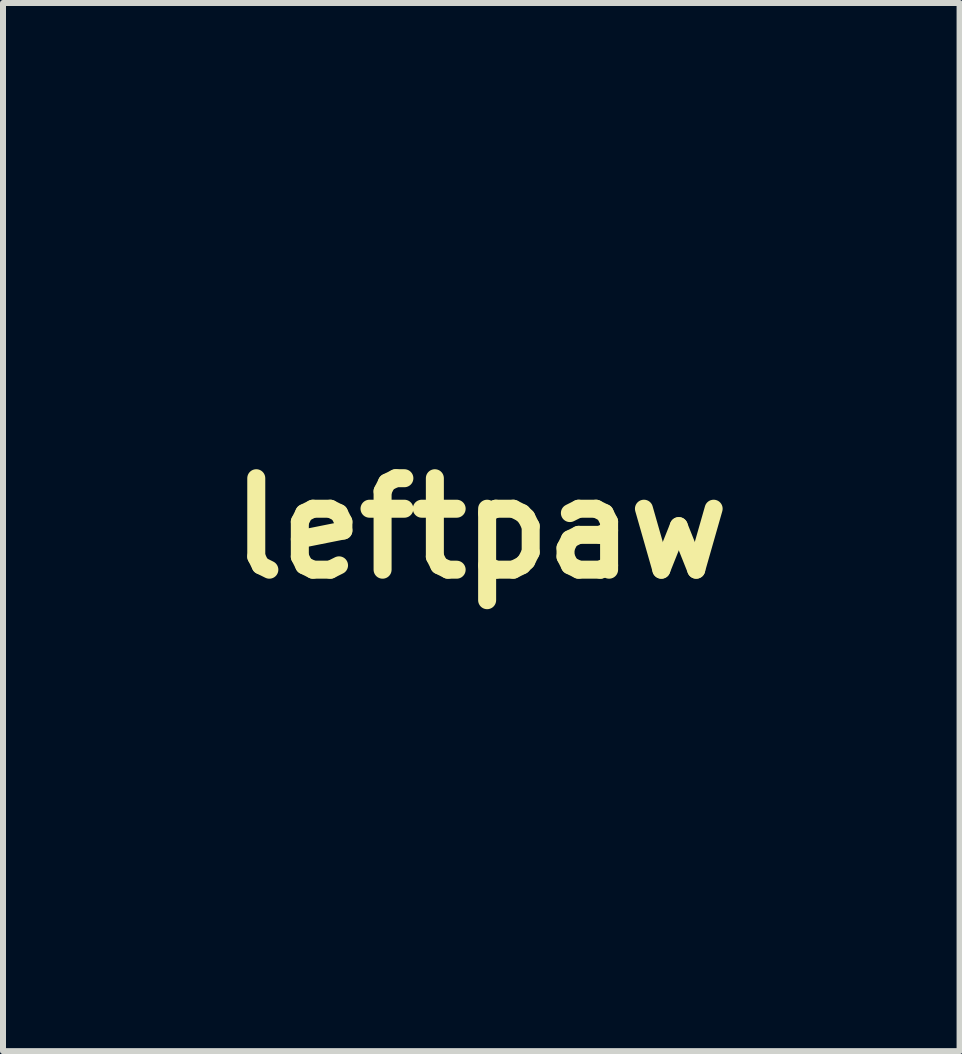
<source format=kicad_pcb>
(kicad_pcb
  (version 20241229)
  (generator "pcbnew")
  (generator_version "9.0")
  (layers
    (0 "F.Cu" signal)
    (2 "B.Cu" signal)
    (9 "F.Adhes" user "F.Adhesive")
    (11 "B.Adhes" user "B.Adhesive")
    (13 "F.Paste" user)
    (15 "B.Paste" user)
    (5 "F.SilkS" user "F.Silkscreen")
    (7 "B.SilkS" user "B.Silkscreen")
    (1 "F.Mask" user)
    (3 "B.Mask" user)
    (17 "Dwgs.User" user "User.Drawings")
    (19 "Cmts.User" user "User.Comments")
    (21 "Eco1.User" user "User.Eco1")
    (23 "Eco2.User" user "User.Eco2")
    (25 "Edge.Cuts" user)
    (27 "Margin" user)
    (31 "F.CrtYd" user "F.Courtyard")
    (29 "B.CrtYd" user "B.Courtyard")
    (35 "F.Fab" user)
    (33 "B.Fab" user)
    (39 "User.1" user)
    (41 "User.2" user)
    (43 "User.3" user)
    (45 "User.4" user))
  (footprint "leftpaw"
    (layer "F.Cu")
    (at 4.957 5.752)
    (property "Reference" "leftpaw" (at 0 0 0) (layer "F.SilkS") (effects (font (size 1.524 1.524) (thickness 0.3))))
    (attr through_hole)
    (fp_poly (pts (xy -1.397 -4.356) (xy -1.41 -4.343) (xy -1.422 -4.356) (xy -1.41 -4.369) (xy -1.397 -4.356)) (stroke (width 0.01) (type solid)) (fill yes) (layer "F.Mask"))
    (fp_poly (pts (xy 0.762 5.601) (xy 0.749 5.613) (xy 0.737 5.601) (xy 0.749 5.588) (xy 0.762 5.601)) (stroke (width 0.01) (type solid)) (fill yes) (layer "F.Mask"))
    (fp_poly (pts (xy 3.023 -3.924) (xy 3.01 -3.912) (xy 2.997 -3.924) (xy 3.01 -3.937) (xy 3.023 -3.924)) (stroke (width 0.01) (type solid)) (fill yes) (layer "F.Mask"))
    (fp_poly (pts (xy 4.191 -2.553) (xy 4.178 -2.54) (xy 4.166 -2.553) (xy 4.178 -2.565) (xy 4.191 -2.553)) (stroke (width 0.01) (type solid)) (fill yes) (layer "F.Mask"))
    (fp_poly (pts (xy -3.285 -2.545) (xy -3.282 -2.505) (xy -3.287 -2.496) (xy -3.298 -2.504) (xy -3.3 -2.529) (xy -3.294 -2.557) (xy -3.285 -2.545)) (stroke (width 0.01) (type solid)) (fill yes) (layer "F.Mask"))
    (fp_poly (pts (xy -0.669 -4.35) (xy -0.666 -4.298) (xy -0.669 -4.286) (xy -0.678 -4.283) (xy -0.682 -4.318) (xy -0.678 -4.354) (xy -0.669 -4.35)) (stroke (width 0.01) (type solid)) (fill yes) (layer "F.Mask"))
    (fp_poly (pts (xy -0.262 -2.545) (xy -0.259 -2.505) (xy -0.264 -2.496) (xy -0.276 -2.504) (xy -0.277 -2.529) (xy -0.271 -2.557) (xy -0.262 -2.545)) (stroke (width 0.01) (type solid)) (fill yes) (layer "F.Mask"))
    (fp_poly (pts (xy 1.77 -1.998) (xy 1.773 -1.968) (xy 1.77 -1.964) (xy 1.754 -1.968) (xy 1.753 -1.981) (xy 1.762 -2.002) (xy 1.77 -1.998)) (stroke (width 0.01) (type solid)) (fill yes) (layer "F.Mask"))
    (fp_poly (pts (xy 4.132 1.507) (xy 4.128 1.522) (xy 4.115 1.524) (xy 4.094 1.515) (xy 4.098 1.507) (xy 4.128 1.504) (xy 4.132 1.507)) (stroke (width 0.01) (type solid)) (fill yes) (layer "F.Mask"))
    (fp_poly (pts (xy -4.627 -1) (xy -4.63 -0.968) (xy -4.646 -0.954) (xy -4.672 -0.961) (xy -4.683 -0.978) (xy -4.679 -1.011) (xy -4.66 -1.016) (xy -4.627 -1)) (stroke (width 0.01) (type solid)) (fill yes) (layer "F.Mask"))
    (fp_poly (pts (xy -1.479 -0.042) (xy -1.493 -0.011) (xy -1.517 0.016) (xy -1.536 0.000421) (xy -1.536 -0.038) (xy -1.522 -0.052) (xy -1.484 -0.066) (xy -1.479 -0.042)) (stroke (width 0.01) (type solid)) (fill yes) (layer "F.Mask"))
    (fp_poly (pts (xy 2.409 0.158) (xy 2.395 0.18) (xy 2.363 0.193) (xy 2.352 0.182) (xy 2.354 0.147) (xy 2.363 0.139) (xy 2.4 0.133) (xy 2.409 0.158)) (stroke (width 0.01) (type solid)) (fill yes) (layer "F.Mask"))
    (fp_poly (pts (xy -4.783 -0.822) (xy -4.788 -0.813) (xy -4.812 -0.789) (xy -4.816 -0.787) (xy -4.818 -0.804) (xy -4.813 -0.813) (xy -4.789 -0.837) (xy -4.785 -0.838) (xy -4.783 -0.822)) (stroke (width 0.01) (type solid)) (fill yes) (layer "F.Mask"))
    (fp_poly (pts (xy -3.328 0.578) (xy -3.327 0.584) (xy -3.347 0.609) (xy -3.354 0.61) (xy -3.369 0.594) (xy -3.365 0.584) (xy -3.343 0.56) (xy -3.339 0.559) (xy -3.328 0.578)) (stroke (width 0.01) (type solid)) (fill yes) (layer "F.Mask"))
    (fp_poly (pts (xy -3.104 -0.13) (xy -3.106 -0.077) (xy -3.124 -0.041) (xy -3.149 -0.036) (xy -3.161 -0.048) (xy -3.162 -0.088) (xy -3.145 -0.133) (xy -3.113 -0.191) (xy -3.104 -0.13)) (stroke (width 0.01) (type solid)) (fill yes) (layer "F.Mask"))
    (fp_poly (pts (xy -2.345 -2.397) (xy -2.349 -2.388) (xy -2.373 -2.363) (xy -2.378 -2.362) (xy -2.38 -2.379) (xy -2.375 -2.388) (xy -2.351 -2.412) (xy -2.347 -2.413) (xy -2.345 -2.397)) (stroke (width 0.01) (type solid)) (fill yes) (layer "F.Mask"))
    (fp_poly (pts (xy -1.278 -0.161) (xy -1.283 -0.152) (xy -1.307 -0.128) (xy -1.311 -0.127) (xy -1.313 -0.143) (xy -1.308 -0.152) (xy -1.284 -0.177) (xy -1.28 -0.178) (xy -1.278 -0.161)) (stroke (width 0.01) (type solid)) (fill yes) (layer "F.Mask"))
    (fp_poly (pts (xy 1.515 -4.392) (xy 1.516 -4.387) (xy 1.52 -4.332) (xy 1.515 -4.311) (xy 1.507 -4.31) (xy 1.504 -4.35) (xy 1.504 -4.356) (xy 1.507 -4.395) (xy 1.515 -4.392)) (stroke (width 0.01) (type solid)) (fill yes) (layer "F.Mask"))
    (fp_poly (pts (xy 3.831 -3.583) (xy 3.817 -3.536) (xy 3.81 -3.518) (xy 3.793 -3.489) (xy 3.787 -3.505) (xy 3.799 -3.559) (xy 3.81 -3.581) (xy 3.829 -3.601) (xy 3.831 -3.583)) (stroke (width 0.01) (type solid)) (fill yes) (layer "F.Mask"))
    (fp_poly (pts (xy 3.937 1.634) (xy 3.937 1.648) (xy 3.935 1.692) (xy 3.918 1.696) (xy 3.891 1.68) (xy 3.873 1.657) (xy 3.898 1.627) (xy 3.928 1.609) (xy 3.937 1.634)) (stroke (width 0.01) (type solid)) (fill yes) (layer "F.Mask"))
    (fp_poly (pts (xy 4.969 -2.182) (xy 4.971 -2.178) (xy 4.974 -2.122) (xy 4.97 -2.101) (xy 4.961 -2.101) (xy 4.958 -2.14) (xy 4.958 -2.146) (xy 4.962 -2.186) (xy 4.969 -2.182)) (stroke (width 0.01) (type solid)) (fill yes) (layer "F.Mask"))
    (fp_poly (pts (xy -4.883 -0.67) (xy -4.893 -0.622) (xy -4.913 -0.547) (xy -4.932 -0.504) (xy -4.947 -0.499) (xy -4.952 -0.535) (xy -4.938 -0.606) (xy -4.915 -0.649) (xy -4.889 -0.679) (xy -4.883 -0.67)) (stroke (width 0.01) (type solid)) (fill yes) (layer "F.Mask"))
    (fp_poly (pts (xy 3.34 3.087) (xy 3.353 3.106) (xy 3.372 3.167) (xy 3.371 3.207) (xy 3.361 3.237) (xy 3.356 3.226) (xy 3.348 3.172) (xy 3.338 3.124) (xy 3.331 3.083) (xy 3.34 3.087)) (stroke (width 0.01) (type solid)) (fill yes) (layer "F.Mask"))
    (fp_poly (pts (xy -2.73 -1.723) (xy -2.722 -1.685) (xy -2.739 -1.636) (xy -2.77 -1.603) (xy -2.783 -1.6) (xy -2.816 -1.612) (xy -2.819 -1.621) (xy -2.806 -1.658) (xy -2.776 -1.699) (xy -2.744 -1.723) (xy -2.73 -1.723)) (stroke (width 0.01) (type solid)) (fill yes) (layer "F.Mask"))
    (fp_poly (pts (xy -1.047 -0.435) (xy -1.052 -0.394) (xy -1.08 -0.34) (xy -1.115 -0.295) (xy -1.143 -0.279) (xy -1.146 -0.298) (xy -1.126 -0.346) (xy -1.112 -0.372) (xy -1.077 -0.422) (xy -1.052 -0.44) (xy -1.047 -0.435)) (stroke (width 0.01) (type solid)) (fill yes) (layer "F.Mask"))
    (fp_poly (pts (xy -0.442 -1.773) (xy -0.437 -1.726) (xy -0.443 -1.688) (xy -0.466 -1.638) (xy -0.491 -1.629) (xy -0.507 -1.664) (xy -0.508 -1.683) (xy -0.498 -1.744) (xy -0.485 -1.774) (xy -0.46 -1.793) (xy -0.442 -1.773)) (stroke (width 0.01) (type solid)) (fill yes) (layer "F.Mask"))
    (fp_poly (pts (xy 2.585 0.251) (xy 2.578 0.298) (xy 2.57 0.317) (xy 2.538 0.366) (xy 2.51 0.38) (xy 2.497 0.359) (xy 2.503 0.324) (xy 2.526 0.269) (xy 2.542 0.243) (xy 2.571 0.228) (xy 2.585 0.251)) (stroke (width 0.01) (type solid)) (fill yes) (layer "F.Mask"))
    (fp_poly (pts (xy 3.417 3.756) (xy 3.447 3.837) (xy 3.45 3.89) (xy 3.425 3.929) (xy 3.416 3.937) (xy 3.395 3.949) (xy 3.384 3.932) (xy 3.379 3.88) (xy 3.379 3.819) (xy 3.38 3.67) (xy 3.417 3.756)) (stroke (width 0.01) (type solid)) (fill yes) (layer "F.Mask"))
    (fp_poly (pts (xy 4.339 1.234) (xy 4.333 1.308) (xy 4.28 1.365) (xy 4.271 1.37) (xy 4.242 1.383) (xy 4.237 1.374) (xy 4.255 1.334) (xy 4.276 1.295) (xy 4.312 1.238) (xy 4.334 1.225) (xy 4.339 1.234)) (stroke (width 0.01) (type solid)) (fill yes) (layer "F.Mask"))
    (fp_poly (pts (xy -4.484 3.384) (xy -4.467 3.412) (xy -4.436 3.48) (xy -4.426 3.515) (xy -4.438 3.514) (xy -4.468 3.472) (xy -4.478 3.456) (xy -4.508 3.396) (xy -4.52 3.35) (xy -4.52 3.349) (xy -4.509 3.348) (xy -4.484 3.384)) (stroke (width 0.01) (type solid)) (fill yes) (layer "F.Mask"))
    (fp_poly (pts (xy -4.185 -1.315) (xy -4.178 -1.3) (xy -4.18 -1.298) (xy -4.224 -1.274) (xy -4.286 -1.259) (xy -4.345 -1.254) (xy -4.378 -1.265) (xy -4.379 -1.266) (xy -4.374 -1.293) (xy -4.326 -1.312) (xy -4.246 -1.321) (xy -4.235 -1.321) (xy -4.185 -1.315)) (stroke (width 0.01) (type solid)) (fill yes) (layer "F.Mask"))
    (fp_poly (pts (xy -3.125 0.071) (xy -3.129 0.128) (xy -3.154 0.211) (xy -3.198 0.313) (xy -3.201 0.318) (xy -3.277 0.47) (xy -3.263 0.332) (xy -3.245 0.236) (xy -3.217 0.149) (xy -3.184 0.083) (xy -3.15 0.052) (xy -3.144 0.051) (xy -3.125 0.071)) (stroke (width 0.01) (type solid)) (fill yes) (layer "F.Mask"))
    (fp_poly (pts (xy 1.891 0.188) (xy 1.94 0.212) (xy 1.976 0.239) (xy 1.982 0.259) (xy 1.981 0.259) (xy 1.949 0.263) (xy 1.913 0.26) (xy 1.854 0.236) (xy 1.828 0.214) (xy 1.812 0.186) (xy 1.841 0.178) (xy 1.846 0.178) (xy 1.891 0.188)) (stroke (width 0.01) (type solid)) (fill yes) (layer "F.Mask"))
    (fp_poly (pts (xy 3.521 1.886) (xy 3.564 1.9) (xy 3.569 1.905) (xy 3.557 1.921) (xy 3.501 1.93) (xy 3.469 1.93) (xy 3.4 1.925) (xy 3.358 1.913) (xy 3.353 1.905) (xy 3.375 1.889) (xy 3.431 1.88) (xy 3.453 1.88) (xy 3.521 1.886)) (stroke (width 0.01) (type solid)) (fill yes) (layer "F.Mask"))
    (fp_poly (pts (xy -2.094 0.054) (xy -2.091 0.055) (xy -2.018 0.081) (xy -1.963 0.111) (xy -1.957 0.117) (xy -1.936 0.142) (xy -1.95 0.148) (xy -2.004 0.137) (xy -2.048 0.125) (xy -2.113 0.098) (xy -2.158 0.065) (xy -2.171 0.044) (xy -2.152 0.04) (xy -2.094 0.054)) (stroke (width 0.01) (type solid)) (fill yes) (layer "F.Mask"))
    (fp_poly (pts (xy -0.334 -2.339) (xy -0.339 -2.296) (xy -0.351 -2.223) (xy -0.364 -2.133) (xy -0.368 -2.108) (xy -0.388 -2.022) (xy -0.421 -1.947) (xy -0.432 -1.93) (xy -0.481 -1.867) (xy -0.482 -1.961) (xy -0.473 -2.039) (xy -0.45 -2.136) (xy -0.43 -2.196) (xy -0.394 -2.281) (xy -0.364 -2.336) (xy -0.342 -2.357) (xy -0.334 -2.339)) (stroke (width 0.01) (type solid)) (fill yes) (layer "F.Mask"))
    (fp_poly (pts (xy -2.529 4.577) (xy -2.446 4.582) (xy -2.365 4.591) (xy -2.298 4.603) (xy -2.256 4.618) (xy -2.253 4.621) (xy -2.236 4.642) (xy -2.244 4.654) (xy -2.284 4.656) (xy -2.363 4.651) (xy -2.437 4.643) (xy -2.532 4.63) (xy -2.608 4.613) (xy -2.651 4.596) (xy -2.653 4.594) (xy -2.645 4.582) (xy -2.599 4.576) (xy -2.529 4.577)) (stroke (width 0.01) (type solid)) (fill yes) (layer "F.Mask"))
    (fp_poly (pts (xy -2.494 -2.249) (xy -2.495 -2.219) (xy -2.514 -2.158) (xy -2.546 -2.08) (xy -2.583 -1.999) (xy -2.62 -1.929) (xy -2.65 -1.886) (xy -2.697 -1.843) (xy -2.732 -1.828) (xy -2.743 -1.842) (xy -2.731 -1.887) (xy -2.7 -1.955) (xy -2.657 -2.034) (xy -2.608 -2.115) (xy -2.561 -2.185) (xy -2.521 -2.234) (xy -2.497 -2.25) (xy -2.494 -2.249)) (stroke (width 0.01) (type solid)) (fill yes) (layer "F.Mask"))
    (fp_poly (pts (xy 3.081 4.972) (xy 3.047 5.017) (xy 3.021 5.044) (xy 2.952 5.107) (xy 2.866 5.175) (xy 2.775 5.24) (xy 2.69 5.293) (xy 2.623 5.327) (xy 2.595 5.334) (xy 2.589 5.322) (xy 2.62 5.291) (xy 2.655 5.266) (xy 2.727 5.214) (xy 2.818 5.144) (xy 2.903 5.075) (xy 2.988 5.009) (xy 3.048 4.969) (xy 3.081 4.956) (xy 3.081 4.972)) (stroke (width 0.01) (type solid)) (fill yes) (layer "F.Mask"))
    (fp_poly (pts (xy 2.928 2.216) (xy 2.975 2.265) (xy 2.981 2.272) (xy 3.033 2.338) (xy 3.088 2.423) (xy 3.14 2.515) (xy 3.183 2.604) (xy 3.212 2.679) (xy 3.22 2.726) (xy 3.217 2.736) (xy 3.202 2.724) (xy 3.187 2.688) (xy 3.165 2.639) (xy 3.122 2.563) (xy 3.068 2.473) (xy 3.054 2.451) (xy 2.977 2.331) (xy 2.927 2.25) (xy 2.903 2.205) (xy 2.903 2.195) (xy 2.928 2.216)) (stroke (width 0.01) (type solid)) (fill yes) (layer "F.Mask"))
    (fp_poly (pts (xy -3.912 -1.437) (xy -3.745 -1.42) (xy -3.614 -1.383) (xy -3.524 -1.329) (xy -3.508 -1.312) (xy -3.485 -1.281) (xy -3.483 -1.275) (xy -3.512 -1.279) (xy -3.575 -1.285) (xy -3.632 -1.289) (xy -3.736 -1.304) (xy -3.803 -1.335) (xy -3.82 -1.351) (xy -3.853 -1.38) (xy -3.895 -1.393) (xy -3.96 -1.394) (xy -4.03 -1.389) (xy -4.113 -1.384) (xy -4.171 -1.387) (xy -4.191 -1.396) (xy -4.174 -1.42) (xy -4.121 -1.434) (xy -4.026 -1.439) (xy -3.912 -1.437)) (stroke (width 0.01) (type solid)) (fill yes) (layer "F.Mask"))
    (fp_poly (pts (xy 1.214 -0.207) (xy 1.245 -0.168) (xy 1.299 -0.103) (xy 1.365 -0.025) (xy 1.433 0.052) (xy 1.491 0.117) (xy 1.512 0.14) (xy 1.571 0.179) (xy 1.651 0.208) (xy 1.671 0.212) (xy 1.737 0.228) (xy 1.774 0.247) (xy 1.778 0.254) (xy 1.764 0.273) (xy 1.717 0.272) (xy 1.633 0.251) (xy 1.537 0.219) (xy 1.388 0.147) (xy 1.282 0.05) (xy 1.219 -0.069) (xy 1.205 -0.129) (xy 1.199 -0.196) (xy 1.206 -0.215) (xy 1.214 -0.207)) (stroke (width 0.01) (type solid)) (fill yes) (layer "F.Mask"))
    (fp_poly (pts (xy -4.102 3.946) (xy -4.011 4.013) (xy -3.917 4.081) (xy -3.868 4.116) (xy -3.795 4.162) (xy -3.688 4.222) (xy -3.56 4.29) (xy -3.423 4.359) (xy -3.289 4.423) (xy -3.171 4.477) (xy -3.081 4.514) (xy -3.061 4.521) (xy -2.974 4.552) (xy -2.933 4.576) (xy -2.933 4.59) (xy -2.972 4.594) (xy -3.044 4.586) (xy -3.145 4.564) (xy -3.175 4.557) (xy -3.426 4.466) (xy -3.674 4.334) (xy -3.906 4.168) (xy -4.077 4.01) (xy -4.229 3.852) (xy -4.102 3.946)) (stroke (width 0.01) (type solid)) (fill yes) (layer "F.Mask"))
    (fp_poly (pts (xy 2.645 1.621) (xy 2.656 1.629) (xy 2.712 1.667) (xy 2.787 1.705) (xy 2.798 1.71) (xy 2.866 1.748) (xy 2.896 1.797) (xy 2.9 1.818) (xy 2.933 1.9) (xy 3.007 1.956) (xy 3.12 1.984) (xy 3.2 1.986) (xy 3.28 1.987) (xy 3.336 1.994) (xy 3.353 2.004) (xy 3.336 2.03) (xy 3.283 2.04) (xy 3.188 2.034) (xy 3.152 2.029) (xy 3.011 1.989) (xy 2.871 1.91) (xy 2.75 1.805) (xy 2.672 1.702) (xy 2.638 1.639) (xy 2.629 1.614) (xy 2.645 1.621)) (stroke (width 0.01) (type solid)) (fill yes) (layer "F.Mask"))
    (fp_poly (pts (xy 2.58 5.453) (xy 2.541 5.486) (xy 2.482 5.519) (xy 2.387 5.554) (xy 2.253 5.592) (xy 2.075 5.635) (xy 1.994 5.654) (xy 1.892 5.67) (xy 1.759 5.684) (xy 1.606 5.695) (xy 1.446 5.702) (xy 1.291 5.705) (xy 1.155 5.704) (xy 1.048 5.697) (xy 1.003 5.69) (xy 0.894 5.664) (xy 0.834 5.644) (xy 0.825 5.63) (xy 0.867 5.622) (xy 0.953 5.62) (xy 1.073 5.617) (xy 1.213 5.61) (xy 1.327 5.601) (xy 1.442 5.593) (xy 1.522 5.596) (xy 1.555 5.607) (xy 1.636 5.641) (xy 1.754 5.65) (xy 1.903 5.635) (xy 2.077 5.596) (xy 2.268 5.535) (xy 2.355 5.502) (xy 2.477 5.455) (xy 2.555 5.432) (xy 2.59 5.431) (xy 2.58 5.453)) (stroke (width 0.01) (type solid)) (fill yes) (layer "F.Mask"))
    (fp_poly (pts (xy 1.589 -5.517) (xy 1.664 -5.494) (xy 1.742 -5.463) (xy 1.798 -5.433) (xy 1.816 -5.415) (xy 1.813 -5.364) (xy 1.783 -5.298) (xy 1.738 -5.24) (xy 1.679 -5.159) (xy 1.618 -5.041) (xy 1.561 -4.898) (xy 1.513 -4.744) (xy 1.478 -4.591) (xy 1.461 -4.463) (xy 1.44 -4.242) (xy 1.408 -4.061) (xy 1.361 -3.909) (xy 1.295 -3.778) (xy 1.207 -3.656) (xy 1.137 -3.579) (xy 1.083 -3.529) (xy 1.03 -3.498) (xy 0.966 -3.483) (xy 0.88 -3.483) (xy 0.759 -3.496) (xy 0.703 -3.504) (xy 0.627 -3.52) (xy 0.574 -3.541) (xy 0.562 -3.552) (xy 0.554 -3.6) (xy 0.563 -3.691) (xy 0.588 -3.816) (xy 0.628 -3.971) (xy 0.651 -4.053) (xy 0.679 -4.152) (xy 0.7 -4.235) (xy 0.711 -4.287) (xy 0.711 -4.295) (xy 0.725 -4.345) (xy 0.733 -4.357) (xy 0.754 -4.394) (xy 0.784 -4.46) (xy 0.8 -4.502) (xy 0.829 -4.571) (xy 0.854 -4.615) (xy 0.863 -4.623) (xy 0.881 -4.645) (xy 0.903 -4.7) (xy 0.912 -4.727) (xy 0.935 -4.803) (xy 0.953 -4.862) (xy 0.957 -4.873) (xy 0.963 -4.901) (xy 0.947 -4.885) (xy 0.94 -4.877) (xy 0.919 -4.854) (xy 0.921 -4.875) (xy 0.925 -4.885) (xy 0.937 -4.929) (xy 0.94 -4.942) (xy 0.96 -4.952) (xy 0.972 -4.953) (xy 1.005 -4.974) (xy 1.036 -5.023) (xy 1.071 -5.093) (xy 1.1 -5.144) (xy 1.146 -5.202) (xy 1.217 -5.28) (xy 1.3 -5.362) (xy 1.381 -5.436) (xy 1.445 -5.488) (xy 1.455 -5.495) (xy 1.498 -5.519) (xy 1.537 -5.527) (xy 1.589 -5.517)) (stroke (width 0.01) (type solid)) (fill yes) (layer "F.Mask"))
    (fp_poly (pts (xy -3.133 -4.094) (xy -3.126 -4.029) (xy -3.124 -3.98) (xy -3.116 -3.887) (xy -3.097 -3.803) (xy -3.085 -3.774) (xy -3.059 -3.685) (xy -3.063 -3.583) (xy -3.079 -3.489) (xy -3.105 -3.371) (xy -3.137 -3.243) (xy -3.17 -3.118) (xy -3.202 -3.011) (xy -3.229 -2.935) (xy -3.236 -2.918) (xy -3.262 -2.852) (xy -3.29 -2.763) (xy -3.302 -2.713) (xy -3.354 -2.512) (xy -3.412 -2.326) (xy -3.472 -2.166) (xy -3.53 -2.043) (xy -3.541 -2.025) (xy -3.591 -1.933) (xy -3.633 -1.84) (xy -3.651 -1.79) (xy -3.681 -1.688) (xy -3.848 -1.688) (xy -3.934 -1.688) (xy -3.996 -1.69) (xy -4.021 -1.693) (xy -4.047 -1.7) (xy -4.101 -1.708) (xy -4.173 -1.731) (xy -4.207 -1.778) (xy -4.208 -1.857) (xy -4.194 -1.923) (xy -4.17 -2.017) (xy -4.143 -2.13) (xy -4.126 -2.21) (xy -4.092 -2.375) (xy -4.064 -2.5) (xy -4.042 -2.593) (xy -4.022 -2.663) (xy -4.002 -2.72) (xy -3.985 -2.759) (xy -3.953 -2.841) (xy -3.927 -2.914) (xy -3.923 -2.931) (xy -3.905 -2.98) (xy -3.888 -2.997) (xy -3.873 -3.02) (xy -3.852 -3.077) (xy -3.837 -3.131) (xy -3.815 -3.213) (xy -3.798 -3.279) (xy -3.791 -3.302) (xy -3.786 -3.327) (xy -3.801 -3.31) (xy -3.807 -3.302) (xy -3.829 -3.278) (xy -3.835 -3.3) (xy -3.835 -3.307) (xy -3.819 -3.356) (xy -3.804 -3.371) (xy -3.777 -3.403) (xy -3.738 -3.467) (xy -3.7 -3.543) (xy -3.655 -3.627) (xy -3.61 -3.695) (xy -3.579 -3.728) (xy -3.541 -3.769) (xy -3.531 -3.797) (xy -3.511 -3.841) (xy -3.497 -3.853) (xy -3.455 -3.892) (xy -3.439 -3.917) (xy -3.406 -3.955) (xy -3.349 -4.005) (xy -3.281 -4.055) (xy -3.215 -4.098) (xy -3.165 -4.123) (xy -3.145 -4.125) (xy -3.133 -4.094)) (stroke (width 0.01) (type solid)) (fill yes) (layer "F.Mask"))
    (fp_poly (pts (xy 4.553 -3.893) (xy 4.617 -3.818) (xy 4.683 -3.719) (xy 4.729 -3.635) (xy 4.774 -3.552) (xy 4.818 -3.49) (xy 4.852 -3.462) (xy 4.852 -3.462) (xy 4.883 -3.429) (xy 4.911 -3.355) (xy 4.933 -3.248) (xy 4.95 -3.117) (xy 4.96 -2.971) (xy 4.962 -2.82) (xy 4.955 -2.671) (xy 4.949 -2.605) (xy 4.935 -2.48) (xy 4.922 -2.341) (xy 4.914 -2.25) (xy 4.896 -2.056) (xy 4.87 -1.898) (xy 4.835 -1.76) (xy 4.785 -1.626) (xy 4.766 -1.581) (xy 4.715 -1.46) (xy 4.673 -1.344) (xy 4.642 -1.244) (xy 4.627 -1.169) (xy 4.629 -1.129) (xy 4.63 -1.127) (xy 4.632 -1.096) (xy 4.619 -1.04) (xy 4.618 -1.039) (xy 4.584 -0.983) (xy 4.532 -0.969) (xy 4.456 -0.997) (xy 4.445 -1.003) (xy 4.384 -1.031) (xy 4.342 -1.04) (xy 4.287 -1.064) (xy 4.222 -1.129) (xy 4.152 -1.228) (xy 4.087 -1.347) (xy 4.05 -1.426) (xy 4.028 -1.488) (xy 4.017 -1.548) (xy 4.017 -1.624) (xy 4.023 -1.732) (xy 4.025 -1.753) (xy 4.037 -1.869) (xy 4.056 -1.991) (xy 4.081 -2.109) (xy 4.107 -2.212) (xy 4.133 -2.29) (xy 4.157 -2.332) (xy 4.165 -2.337) (xy 4.182 -2.359) (xy 4.198 -2.414) (xy 4.202 -2.432) (xy 4.217 -2.519) (xy 4.231 -2.6) (xy 4.232 -2.603) (xy 4.237 -2.651) (xy 4.228 -2.654) (xy 4.218 -2.642) (xy 4.197 -2.618) (xy 4.192 -2.642) (xy 4.191 -2.649) (xy 4.208 -2.694) (xy 4.226 -2.707) (xy 4.248 -2.737) (xy 4.274 -2.803) (xy 4.301 -2.893) (xy 4.305 -2.91) (xy 4.329 -3) (xy 4.352 -3.066) (xy 4.369 -3.098) (xy 4.372 -3.099) (xy 4.387 -3.121) (xy 4.394 -3.175) (xy 4.394 -3.183) (xy 4.399 -3.247) (xy 4.412 -3.286) (xy 4.413 -3.287) (xy 4.431 -3.326) (xy 4.438 -3.361) (xy 4.445 -3.415) (xy 4.455 -3.499) (xy 4.465 -3.579) (xy 4.474 -3.689) (xy 4.474 -3.802) (xy 4.47 -3.865) (xy 4.454 -3.989) (xy 4.553 -3.893)) (stroke (width 0.01) (type solid)) (fill yes) (layer "F.Mask"))
    (fp_poly (pts (xy 3.442 -5.035) (xy 3.474 -5.016) (xy 3.532 -4.971) (xy 3.603 -4.907) (xy 3.638 -4.872) (xy 3.694 -4.819) (xy 3.739 -4.789) (xy 3.757 -4.787) (xy 3.78 -4.777) (xy 3.804 -4.726) (xy 3.827 -4.643) (xy 3.846 -4.539) (xy 3.859 -4.422) (xy 3.864 -4.303) (xy 3.864 -4.301) (xy 3.843 -4.02) (xy 3.812 -3.875) (xy 3.787 -3.77) (xy 3.768 -3.676) (xy 3.759 -3.61) (xy 3.759 -3.601) (xy 3.749 -3.528) (xy 3.725 -3.446) (xy 3.721 -3.438) (xy 3.696 -3.367) (xy 3.683 -3.311) (xy 3.683 -3.304) (xy 3.67 -3.264) (xy 3.634 -3.195) (xy 3.583 -3.111) (xy 3.566 -3.085) (xy 3.489 -2.963) (xy 3.423 -2.851) (xy 3.375 -2.759) (xy 3.346 -2.692) (xy 3.343 -2.66) (xy 3.343 -2.66) (xy 3.343 -2.629) (xy 3.321 -2.578) (xy 3.288 -2.525) (xy 3.255 -2.488) (xy 3.246 -2.483) (xy 3.197 -2.482) (xy 3.162 -2.491) (xy 3.096 -2.508) (xy 3.046 -2.513) (xy 2.982 -2.532) (xy 2.925 -2.573) (xy 2.882 -2.64) (xy 2.84 -2.738) (xy 2.806 -2.848) (xy 2.787 -2.95) (xy 2.786 -2.985) (xy 2.792 -3.084) (xy 2.81 -3.206) (xy 2.836 -3.332) (xy 2.866 -3.446) (xy 2.895 -3.529) (xy 2.899 -3.536) (xy 2.929 -3.605) (xy 2.945 -3.66) (xy 2.946 -3.669) (xy 2.959 -3.704) (xy 2.971 -3.708) (xy 2.991 -3.731) (xy 3.017 -3.788) (xy 3.034 -3.84) (xy 3.062 -3.942) (xy 3.072 -3.998) (xy 3.062 -4.007) (xy 3.046 -3.988) (xy 3.03 -3.97) (xy 3.033 -3.996) (xy 3.037 -4.013) (xy 3.063 -4.072) (xy 3.087 -4.102) (xy 3.112 -4.139) (xy 3.142 -4.208) (xy 3.163 -4.267) (xy 3.193 -4.349) (xy 3.223 -4.413) (xy 3.24 -4.437) (xy 3.262 -4.48) (xy 3.282 -4.552) (xy 3.289 -4.597) (xy 3.303 -4.672) (xy 3.32 -4.725) (xy 3.328 -4.738) (xy 3.344 -4.769) (xy 3.36 -4.832) (xy 3.366 -4.871) (xy 3.38 -4.969) (xy 3.394 -5.024) (xy 3.412 -5.043) (xy 3.442 -5.035)) (stroke (width 0.01) (type solid)) (fill yes) (layer "F.Mask"))
    (fp_poly (pts (xy -0.394 -5.744) (xy -0.35 -5.729) (xy -0.317 -5.706) (xy -0.3 -5.67) (xy -0.293 -5.607) (xy -0.293 -5.549) (xy -0.298 -5.454) (xy -0.317 -5.375) (xy -0.357 -5.29) (xy -0.383 -5.245) (xy -0.442 -5.137) (xy -0.5 -5.018) (xy -0.534 -4.94) (xy -0.57 -4.855) (xy -0.603 -4.784) (xy -0.623 -4.75) (xy -0.644 -4.705) (xy -0.667 -4.629) (xy -0.683 -4.559) (xy -0.707 -4.446) (xy -0.734 -4.319) (xy -0.751 -4.242) (xy -0.77 -4.149) (xy -0.784 -4.07) (xy -0.788 -4.026) (xy -0.798 -3.981) (xy -0.822 -3.902) (xy -0.857 -3.803) (xy -0.878 -3.747) (xy -0.941 -3.578) (xy -0.994 -3.42) (xy -1.034 -3.282) (xy -1.06 -3.174) (xy -1.067 -3.111) (xy -1.08 -3.042) (xy -1.115 -2.953) (xy -1.162 -2.862) (xy -1.211 -2.79) (xy -1.213 -2.788) (xy -1.267 -2.751) (xy -1.324 -2.745) (xy -1.354 -2.759) (xy -1.386 -2.77) (xy -1.452 -2.783) (xy -1.515 -2.791) (xy -1.659 -2.807) (xy -1.703 -2.934) (xy -1.726 -3.026) (xy -1.737 -3.116) (xy -1.735 -3.15) (xy -1.712 -3.317) (xy -1.681 -3.484) (xy -1.646 -3.637) (xy -1.61 -3.762) (xy -1.585 -3.828) (xy -1.548 -3.914) (xy -1.52 -3.991) (xy -1.509 -4.025) (xy -1.49 -4.073) (xy -1.473 -4.089) (xy -1.455 -4.112) (xy -1.428 -4.175) (xy -1.392 -4.269) (xy -1.354 -4.385) (xy -1.327 -4.47) (xy -1.322 -4.496) (xy -1.338 -4.479) (xy -1.343 -4.47) (xy -1.366 -4.451) (xy -1.371 -4.462) (xy -1.355 -4.502) (xy -1.328 -4.536) (xy -1.296 -4.58) (xy -1.253 -4.656) (xy -1.208 -4.747) (xy -1.204 -4.755) (xy -1.158 -4.848) (xy -1.11 -4.928) (xy -1.072 -4.979) (xy -1.07 -4.981) (xy -1.03 -5.033) (xy -1.016 -5.077) (xy -1 -5.129) (xy -0.965 -5.182) (xy -0.929 -5.23) (xy -0.914 -5.261) (xy -0.897 -5.306) (xy -0.851 -5.372) (xy -0.785 -5.448) (xy -0.711 -5.522) (xy -0.656 -5.569) (xy -0.591 -5.625) (xy -0.546 -5.674) (xy -0.533 -5.7) (xy -0.512 -5.731) (xy -0.459 -5.747) (xy -0.394 -5.744)) (stroke (width 0.01) (type solid)) (fill yes) (layer "F.Mask"))
    (fp_poly (pts (xy -3.876 -1.31) (xy -3.76 -1.267) (xy -3.654 -1.216) (xy -3.518 -1.135) (xy -3.429 -1.056) (xy -3.385 -0.979) (xy -3.38 -0.919) (xy -3.381 -0.838) (xy -3.365 -0.802) (xy -3.343 -0.803) (xy -3.309 -0.791) (xy -3.278 -0.729) (xy -3.277 -0.726) (xy -3.252 -0.667) (xy -3.228 -0.636) (xy -3.223 -0.635) (xy -3.191 -0.656) (xy -3.185 -0.715) (xy -3.205 -0.806) (xy -3.215 -0.837) (xy -3.24 -0.923) (xy -3.242 -0.974) (xy -3.223 -0.987) (xy -3.184 -0.957) (xy -3.173 -0.944) (xy -3.118 -0.841) (xy -3.086 -0.699) (xy -3.078 -0.534) (xy -3.085 -0.414) (xy -3.112 -0.313) (xy -3.152 -0.224) (xy -3.191 -0.137) (xy -3.218 -0.059) (xy -3.226 -0.015) (xy -3.242 0.043) (xy -3.27 0.073) (xy -3.306 0.121) (xy -3.316 0.196) (xy -3.332 0.286) (xy -3.372 0.4) (xy -3.429 0.524) (xy -3.496 0.642) (xy -3.553 0.721) (xy -3.599 0.787) (xy -3.628 0.842) (xy -3.632 0.861) (xy -3.653 0.9) (xy -3.703 0.941) (xy -3.712 0.947) (xy -3.763 0.983) (xy -3.776 1.007) (xy -3.753 1.009) (xy -3.708 0.991) (xy -3.657 0.97) (xy -3.644 0.983) (xy -3.669 1.029) (xy -3.685 1.051) (xy -3.737 1.099) (xy -3.816 1.153) (xy -3.908 1.204) (xy -3.996 1.245) (xy -4.065 1.266) (xy -4.082 1.268) (xy -4.141 1.259) (xy -4.195 1.245) (xy -4.257 1.221) (xy -4.325 1.187) (xy -4.384 1.152) (xy -4.417 1.124) (xy -4.42 1.118) (xy -4.436 1.095) (xy -4.479 1.044) (xy -4.538 0.978) (xy -4.545 0.972) (xy -4.646 0.875) (xy -4.729 0.818) (xy -4.791 0.803) (xy -4.82 0.817) (xy -4.845 0.816) (xy -4.872 0.765) (xy -4.874 0.76) (xy -4.89 0.701) (xy -4.892 0.667) (xy -4.891 0.666) (xy -4.893 0.638) (xy -4.914 0.586) (xy -4.916 0.582) (xy -4.933 0.521) (xy -4.944 0.426) (xy -4.949 0.309) (xy -4.948 0.182) (xy -4.941 0.058) (xy -4.93 -0.051) (xy -4.914 -0.133) (xy -4.897 -0.171) (xy -4.875 -0.218) (xy -4.853 -0.302) (xy -4.834 -0.409) (xy -4.832 -0.429) (xy -4.806 -0.577) (xy -4.773 -0.678) (xy -4.752 -0.713) (xy -4.716 -0.771) (xy -4.699 -0.816) (xy -4.699 -0.819) (xy -4.677 -0.871) (xy -4.62 -0.932) (xy -4.54 -0.993) (xy -4.449 -1.045) (xy -4.36 -1.081) (xy -4.295 -1.092) (xy -4.245 -1.106) (xy -4.227 -1.122) (xy -4.223 -1.139) (xy -4.242 -1.13) (xy -4.263 -1.124) (xy -4.256 -1.14) (xy -4.22 -1.158) (xy -4.189 -1.155) (xy -4.15 -1.153) (xy -4.14 -1.166) (xy -4.118 -1.187) (xy -4.061 -1.205) (xy -4.036 -1.21) (xy -3.974 -1.223) (xy -3.957 -1.236) (xy -3.973 -1.25) (xy -4.001 -1.28) (xy -4 -1.297) (xy -3.956 -1.32) (xy -3.876 -1.31)) (stroke (width 0.01) (type solid)) (fill yes) (layer "F.Mask"))
    (fp_poly (pts (xy 3.877 -0.958) (xy 3.932 -0.939) (xy 3.971 -0.917) (xy 4.066 -0.845) (xy 4.15 -0.757) (xy 4.21 -0.669) (xy 4.233 -0.609) (xy 4.254 -0.553) (xy 4.28 -0.524) (xy 4.309 -0.492) (xy 4.33 -0.436) (xy 4.369 -0.349) (xy 4.436 -0.288) (xy 4.503 -0.267) (xy 4.54 -0.255) (xy 4.558 -0.22) (xy 4.563 -0.163) (xy 4.57 -0.077) (xy 4.583 -0.001) (xy 4.584 0.006) (xy 4.593 0.088) (xy 4.586 0.2) (xy 4.567 0.33) (xy 4.539 0.466) (xy 4.504 0.597) (xy 4.465 0.71) (xy 4.425 0.795) (xy 4.392 0.835) (xy 4.353 0.879) (xy 4.343 0.912) (xy 4.33 0.966) (xy 4.31 1.004) (xy 4.282 1.06) (xy 4.253 1.138) (xy 4.246 1.161) (xy 4.227 1.213) (xy 4.197 1.267) (xy 4.15 1.33) (xy 4.081 1.411) (xy 3.983 1.517) (xy 3.94 1.563) (xy 3.875 1.609) (xy 3.78 1.652) (xy 3.674 1.686) (xy 3.578 1.702) (xy 3.564 1.702) (xy 3.481 1.708) (xy 3.43 1.723) (xy 3.421 1.745) (xy 3.433 1.758) (xy 3.439 1.77) (xy 3.398 1.767) (xy 3.385 1.765) (xy 3.323 1.76) (xy 3.302 1.776) (xy 3.279 1.793) (xy 3.219 1.802) (xy 3.184 1.803) (xy 3.113 1.805) (xy 3.085 1.812) (xy 3.091 1.831) (xy 3.111 1.854) (xy 3.142 1.891) (xy 3.137 1.903) (xy 3.109 1.903) (xy 3.05 1.895) (xy 3.028 1.888) (xy 2.998 1.862) (xy 2.948 1.804) (xy 2.886 1.725) (xy 2.82 1.636) (xy 2.757 1.547) (xy 2.706 1.469) (xy 2.682 1.427) (xy 2.649 1.336) (xy 2.645 1.255) (xy 2.668 1.203) (xy 2.681 1.164) (xy 2.671 1.118) (xy 2.644 1.093) (xy 2.639 1.092) (xy 2.622 1.07) (xy 2.605 1.014) (xy 2.6 0.99) (xy 2.583 0.919) (xy 2.564 0.895) (xy 2.546 0.914) (xy 2.533 0.973) (xy 2.527 1.067) (xy 2.527 1.073) (xy 2.525 1.179) (xy 2.515 1.24) (xy 2.498 1.258) (xy 2.47 1.239) (xy 2.461 1.229) (xy 2.439 1.171) (xy 2.429 1.068) (xy 2.428 1.006) (xy 2.431 0.847) (xy 2.442 0.725) (xy 2.461 0.629) (xy 2.493 0.544) (xy 2.539 0.458) (xy 2.548 0.443) (xy 2.595 0.359) (xy 2.629 0.286) (xy 2.642 0.239) (xy 2.659 0.186) (xy 2.702 0.13) (xy 2.706 0.126) (xy 2.746 0.077) (xy 2.758 0.036) (xy 2.757 0.033) (xy 2.761 -0.005) (xy 2.784 -0.074) (xy 2.821 -0.16) (xy 2.826 -0.172) (xy 2.878 -0.262) (xy 2.952 -0.363) (xy 3.039 -0.468) (xy 3.133 -0.568) (xy 3.224 -0.655) (xy 3.305 -0.721) (xy 3.369 -0.757) (xy 3.391 -0.762) (xy 3.45 -0.777) (xy 3.479 -0.799) (xy 3.492 -0.822) (xy 3.471 -0.828) (xy 3.418 -0.821) (xy 3.359 -0.815) (xy 3.329 -0.819) (xy 3.327 -0.822) (xy 3.35 -0.85) (xy 3.411 -0.881) (xy 3.496 -0.913) (xy 3.593 -0.939) (xy 3.69 -0.956) (xy 3.708 -0.958) (xy 3.808 -0.963) (xy 3.877 -0.958)) (stroke (width 0.01) (type solid)) (fill yes) (layer "F.Mask"))
    (fp_poly (pts (xy -1.445 -2.731) (xy -1.345 -2.712) (xy -1.336 -2.709) (xy -1.247 -2.66) (xy -1.164 -2.573) (xy -1.097 -2.464) (xy -1.058 -2.346) (xy -1.055 -2.331) (xy -1.024 -2.155) (xy -0.99 -2.026) (xy -0.951 -1.94) (xy -0.906 -1.892) (xy -0.86 -1.88) (xy -0.838 -1.876) (xy -0.825 -1.858) (xy -0.82 -1.816) (xy -0.82 -1.742) (xy -0.824 -1.632) (xy -0.829 -1.52) (xy -0.833 -1.422) (xy -0.836 -1.354) (xy -0.837 -1.333) (xy -0.847 -1.269) (xy -0.861 -1.219) (xy -0.88 -1.161) (xy -0.906 -1.075) (xy -0.928 -0.997) (xy -0.954 -0.916) (xy -0.978 -0.859) (xy -0.993 -0.838) (xy -1.015 -0.816) (xy -1.047 -0.759) (xy -1.083 -0.679) (xy -1.117 -0.589) (xy -1.143 -0.506) (xy -1.18 -0.429) (xy -1.245 -0.338) (xy -1.328 -0.245) (xy -1.419 -0.161) (xy -1.505 -0.097) (xy -1.576 -0.064) (xy -1.58 -0.063) (xy -1.647 -0.058) (xy -1.749 -0.057) (xy -1.871 -0.061) (xy -1.996 -0.069) (xy -2.11 -0.08) (xy -2.141 -0.084) (xy -2.211 -0.107) (xy -2.257 -0.136) (xy -2.304 -0.172) (xy -2.324 -0.168) (xy -2.319 -0.127) (xy -2.319 -0.085) (xy -2.347 -0.081) (xy -2.398 -0.112) (xy -2.43 -0.141) (xy -2.475 -0.181) (xy -2.504 -0.195) (xy -2.507 -0.194) (xy -2.513 -0.156) (xy -2.483 -0.101) (xy -2.424 -0.039) (xy -2.373 0.001) (xy -2.299 0.058) (xy -2.264 0.1) (xy -2.268 0.124) (xy -2.288 0.127) (xy -2.318 0.11) (xy -2.374 0.066) (xy -2.447 0.000433) (xy -2.494 -0.044) (xy -2.62 -0.174) (xy -2.702 -0.278) (xy -2.74 -0.357) (xy -2.743 -0.38) (xy -2.728 -0.384) (xy -2.693 -0.356) (xy -2.692 -0.356) (xy -2.645 -0.318) (xy -2.612 -0.305) (xy -2.572 -0.289) (xy -2.532 -0.26) (xy -2.501 -0.234) (xy -2.495 -0.237) (xy -2.513 -0.277) (xy -2.527 -0.305) (xy -2.572 -0.385) (xy -2.618 -0.459) (xy -2.621 -0.464) (xy -2.685 -0.589) (xy -2.699 -0.712) (xy -2.687 -0.772) (xy -2.672 -0.838) (xy -2.683 -0.88) (xy -2.701 -0.902) (xy -2.732 -0.957) (xy -2.743 -1.018) (xy -2.751 -1.071) (xy -2.769 -1.092) (xy -2.801 -1.07) (xy -2.821 -1.011) (xy -2.824 -0.932) (xy -2.819 -0.886) (xy -2.812 -0.805) (xy -2.823 -0.754) (xy -2.85 -0.741) (xy -2.875 -0.757) (xy -2.896 -0.807) (xy -2.905 -0.902) (xy -2.905 -0.973) (xy -2.896 -1.153) (xy -2.874 -1.296) (xy -2.835 -1.414) (xy -2.775 -1.519) (xy -2.761 -1.54) (xy -2.711 -1.615) (xy -2.677 -1.679) (xy -2.667 -1.713) (xy -2.649 -1.756) (xy -2.605 -1.811) (xy -2.588 -1.828) (xy -2.543 -1.878) (xy -2.524 -1.919) (xy -2.526 -1.928) (xy -2.525 -1.97) (xy -2.494 -2.038) (xy -2.441 -2.123) (xy -2.372 -2.216) (xy -2.296 -2.307) (xy -2.219 -2.389) (xy -2.149 -2.451) (xy -2.093 -2.485) (xy -2.074 -2.489) (xy -2.037 -2.505) (xy -1.985 -2.545) (xy -1.976 -2.553) (xy -1.896 -2.603) (xy -1.806 -2.616) (xy -1.738 -2.622) (xy -1.694 -2.637) (xy -1.689 -2.642) (xy -1.7 -2.659) (xy -1.753 -2.667) (xy -1.77 -2.668) (xy -1.83 -2.67) (xy -1.847 -2.679) (xy -1.826 -2.699) (xy -1.818 -2.706) (xy -1.76 -2.728) (xy -1.669 -2.739) (xy -1.558 -2.74) (xy -1.445 -2.731)) (stroke (width 0.01) (type solid)) (fill yes) (layer "F.Mask"))
    (fp_poly (pts (xy -0.241 0.624) (xy 0.043 0.685) (xy 0.359 0.781) (xy 0.472 0.822) (xy 0.544 0.84) (xy 0.657 0.856) (xy 0.799 0.87) (xy 0.929 0.878) (xy 1.065 0.887) (xy 1.189 0.898) (xy 1.289 0.911) (xy 1.352 0.924) (xy 1.361 0.927) (xy 1.411 0.956) (xy 1.491 1.011) (xy 1.589 1.084) (xy 1.697 1.169) (xy 1.806 1.256) (xy 1.906 1.34) (xy 1.988 1.413) (xy 2.043 1.467) (xy 2.057 1.484) (xy 2.086 1.519) (xy 2.146 1.583) (xy 2.229 1.67) (xy 2.331 1.774) (xy 2.446 1.888) (xy 2.478 1.92) (xy 2.675 2.121) (xy 2.834 2.299) (xy 2.961 2.46) (xy 3.058 2.61) (xy 3.13 2.754) (xy 3.182 2.9) (xy 3.2 2.972) (xy 3.224 3.066) (xy 3.257 3.185) (xy 3.292 3.303) (xy 3.296 3.315) (xy 3.344 3.548) (xy 3.349 3.796) (xy 3.316 4.047) (xy 3.245 4.293) (xy 3.14 4.521) (xy 3.003 4.723) (xy 2.941 4.792) (xy 2.888 4.853) (xy 2.858 4.901) (xy 2.854 4.923) (xy 2.846 4.952) (xy 2.81 4.996) (xy 2.76 5.044) (xy 2.71 5.081) (xy 2.674 5.095) (xy 2.669 5.094) (xy 2.641 5.103) (xy 2.591 5.139) (xy 2.556 5.171) (xy 2.443 5.259) (xy 2.301 5.33) (xy 2.119 5.39) (xy 2.096 5.396) (xy 1.997 5.424) (xy 1.946 5.444) (xy 1.943 5.455) (xy 1.987 5.461) (xy 2.015 5.461) (xy 2.075 5.466) (xy 2.107 5.479) (xy 2.108 5.482) (xy 2.085 5.507) (xy 2.02 5.531) (xy 1.926 5.551) (xy 1.811 5.566) (xy 1.686 5.576) (xy 1.562 5.578) (xy 1.46 5.573) (xy 1.187 5.543) (xy 0.955 5.508) (xy 0.755 5.468) (xy 0.579 5.418) (xy 0.416 5.358) (xy 0.259 5.284) (xy 0.243 5.276) (xy 0.137 5.216) (xy 0.036 5.149) (xy -0.041 5.089) (xy -0.056 5.075) (xy -0.121 5.018) (xy -0.164 4.987) (xy 2.774 4.987) (xy 2.774 5.003) (xy 2.778 5.004) (xy 2.799 4.986) (xy 2.823 4.959) (xy 2.845 4.929) (xy 2.831 4.936) (xy 2.813 4.95) (xy 2.774 4.987) (xy -0.164 4.987) (xy -0.197 4.963) (xy -0.27 4.919) (xy -0.329 4.893) (xy -0.362 4.891) (xy -0.362 4.892) (xy -0.389 4.888) (xy -0.454 4.87) (xy -0.546 4.839) (xy -0.649 4.801) (xy -0.757 4.762) (xy -0.848 4.731) (xy -0.909 4.712) (xy -0.933 4.709) (xy -0.922 4.73) (xy -0.871 4.769) (xy -0.785 4.821) (xy -0.67 4.883) (xy -0.54 4.946) (xy -0.376 5.026) (xy -0.256 5.09) (xy -0.177 5.14) (xy -0.136 5.179) (xy -0.127 5.2) (xy -0.143 5.214) (xy -0.193 5.206) (xy -0.28 5.174) (xy -0.405 5.118) (xy -0.547 5.049) (xy -0.67 4.99) (xy -0.802 4.929) (xy -0.919 4.878) (xy -0.953 4.864) (xy -1.042 4.826) (xy -1.115 4.793) (xy -1.156 4.772) (xy -1.158 4.771) (xy -1.195 4.758) (xy -1.268 4.742) (xy -1.363 4.726) (xy -1.387 4.723) (xy -1.486 4.707) (xy -1.62 4.684) (xy -1.773 4.657) (xy -1.928 4.627) (xy -1.968 4.619) (xy -2.132 4.589) (xy -2.306 4.562) (xy -2.473 4.54) (xy -2.612 4.526) (xy -2.631 4.524) (xy -2.761 4.514) (xy -2.858 4.501) (xy -2.94 4.481) (xy -3.025 4.45) (xy -3.131 4.402) (xy -3.15 4.393) (xy -3.253 4.346) (xy -3.343 4.31) (xy -3.406 4.29) (xy -3.429 4.287) (xy -3.473 4.276) (xy -3.547 4.239) (xy -3.642 4.181) (xy -3.75 4.109) (xy -3.862 4.028) (xy -3.969 3.945) (xy -4.062 3.865) (xy -4.103 3.826) (xy -4.266 3.627) (xy -4.386 3.405) (xy -4.462 3.163) (xy -4.493 2.906) (xy -4.477 2.638) (xy -4.432 2.426) (xy -4.404 2.32) (xy -4.382 2.228) (xy -4.37 2.165) (xy -4.369 2.149) (xy -4.354 2.108) (xy -4.316 2.039) (xy -4.259 1.951) (xy -4.216 1.89) (xy -4.136 1.776) (xy -4.081 1.694) (xy -4.053 1.644) (xy -4.053 1.629) (xy -4.081 1.651) (xy -4.138 1.712) (xy -4.151 1.727) (xy -4.228 1.815) (xy -4.277 1.869) (xy -4.303 1.894) (xy -4.31 1.892) (xy -4.303 1.87) (xy -4.295 1.848) (xy -4.23 1.72) (xy -4.129 1.574) (xy -3.999 1.419) (xy -3.848 1.262) (xy -3.683 1.112) (xy -3.511 0.977) (xy -3.446 0.931) (xy -3.278 0.84) (xy -3.074 0.763) (xy -2.845 0.705) (xy -2.607 0.668) (xy -2.4 0.657) (xy -2.274 0.655) (xy -2.156 0.65) (xy -2.062 0.643) (xy -2.019 0.638) (xy -1.96 0.632) (xy -1.904 0.64) (xy -1.835 0.665) (xy -1.738 0.713) (xy -1.737 0.714) (xy -1.562 0.795) (xy -1.414 0.84) (xy -1.283 0.852) (xy -1.162 0.832) (xy -1.149 0.827) (xy -1.064 0.794) (xy -1.004 0.76) (xy -0.976 0.731) (xy -0.984 0.713) (xy -1.007 0.709) (xy -1.031 0.702) (xy -1.013 0.688) (xy -0.963 0.669) (xy -0.888 0.647) (xy -0.798 0.627) (xy -0.709 0.611) (xy -0.492 0.599) (xy -0.241 0.624)) (stroke (width 0.01) (type solid)) (fill yes) (layer "F.Mask"))
    (fp_poly (pts (xy 0.666 -3.353) (xy 0.78 -3.32) (xy 0.87 -3.275) (xy 0.885 -3.264) (xy 0.953 -3.217) (xy 1.021 -3.187) (xy 1.024 -3.187) (xy 1.079 -3.167) (xy 1.106 -3.147) (xy 1.137 -3.128) (xy 1.199 -3.105) (xy 1.222 -3.098) (xy 1.298 -3.083) (xy 1.346 -3.091) (xy 1.364 -3.103) (xy 1.395 -3.118) (xy 1.425 -3.1) (xy 1.457 -3.06) (xy 1.493 -3.004) (xy 1.512 -2.963) (xy 1.512 -2.959) (xy 1.526 -2.922) (xy 1.558 -2.866) (xy 1.561 -2.861) (xy 1.606 -2.76) (xy 1.637 -2.614) (xy 1.654 -2.427) (xy 1.657 -2.264) (xy 1.653 -2.138) (xy 1.643 -2.053) (xy 1.627 -2.001) (xy 1.615 -1.983) (xy 1.584 -1.925) (xy 1.575 -1.867) (xy 1.577 -1.818) (xy 1.593 -1.814) (xy 1.627 -1.843) (xy 1.65 -1.86) (xy 1.656 -1.852) (xy 1.642 -1.81) (xy 1.607 -1.729) (xy 1.601 -1.717) (xy 1.553 -1.604) (xy 1.529 -1.531) (xy 1.528 -1.493) (xy 1.55 -1.488) (xy 1.575 -1.499) (xy 1.616 -1.543) (xy 1.626 -1.582) (xy 1.643 -1.645) (xy 1.689 -1.729) (xy 1.754 -1.823) (xy 1.83 -1.912) (xy 1.908 -1.985) (xy 1.908 -1.986) (xy 1.986 -2.049) (xy 2.06 -2.113) (xy 2.086 -2.137) (xy 2.159 -2.187) (xy 2.24 -2.219) (xy 2.246 -2.22) (xy 2.315 -2.24) (xy 2.35 -2.261) (xy 2.348 -2.278) (xy 2.304 -2.284) (xy 2.279 -2.282) (xy 2.224 -2.28) (xy 2.201 -2.29) (xy 2.202 -2.294) (xy 2.249 -2.331) (xy 2.335 -2.361) (xy 2.447 -2.381) (xy 2.565 -2.388) (xy 2.661 -2.386) (xy 2.725 -2.377) (xy 2.774 -2.354) (xy 2.827 -2.312) (xy 2.845 -2.296) (xy 2.94 -2.181) (xy 2.991 -2.078) (xy 3.053 -1.958) (xy 3.121 -1.887) (xy 3.171 -1.845) (xy 3.194 -1.808) (xy 3.198 -1.755) (xy 3.191 -1.691) (xy 3.191 -1.578) (xy 3.218 -1.497) (xy 3.271 -1.453) (xy 3.305 -1.448) (xy 3.343 -1.436) (xy 3.343 -1.403) (xy 3.332 -1.356) (xy 3.317 -1.276) (xy 3.304 -1.196) (xy 3.287 -1.107) (xy 3.267 -1.039) (xy 3.252 -1.007) (xy 3.229 -0.96) (xy 3.226 -0.934) (xy 3.215 -0.871) (xy 3.205 -0.844) (xy 3.133 -0.698) (xy 3.077 -0.595) (xy 3.035 -0.53) (xy 3.005 -0.499) (xy 2.997 -0.495) (xy 2.959 -0.464) (xy 2.927 -0.413) (xy 2.895 -0.35) (xy 2.847 -0.27) (xy 2.82 -0.229) (xy 2.765 -0.139) (xy 2.713 -0.047) (xy 2.696 -0.012) (xy 2.656 0.06) (xy 2.614 0.117) (xy 2.603 0.127) (xy 2.574 0.148) (xy 2.564 0.137) (xy 2.57 0.087) (xy 2.572 0.069) (xy 2.588 -0.028) (xy 2.509 0.039) (xy 2.465 0.073) (xy 2.423 0.091) (xy 2.369 0.097) (xy 2.285 0.094) (xy 2.237 0.091) (xy 2.131 0.083) (xy 2.033 0.078) (xy 1.964 0.075) (xy 1.962 0.075) (xy 1.906 0.067) (xy 1.88 0.05) (xy 1.88 0.049) (xy 1.859 0.035) (xy 1.821 0.039) (xy 1.754 0.041) (xy 1.693 0.027) (xy 1.645 0.012) (xy 1.631 0.022) (xy 1.638 0.049) (xy 1.641 0.098) (xy 1.608 0.111) (xy 1.539 0.089) (xy 1.528 0.083) (xy 1.47 0.049) (xy 1.428 0.004) (xy 1.394 -0.066) (xy 1.358 -0.171) (xy 1.358 -0.173) (xy 1.331 -0.291) (xy 1.322 -0.4) (xy 1.332 -0.485) (xy 1.359 -0.533) (xy 1.389 -0.574) (xy 1.395 -0.615) (xy 1.375 -0.635) (xy 1.372 -0.635) (xy 1.356 -0.658) (xy 1.347 -0.714) (xy 1.346 -0.737) (xy 1.338 -0.809) (xy 1.318 -0.839) (xy 1.292 -0.829) (xy 1.266 -0.785) (xy 1.246 -0.712) (xy 1.24 -0.66) (xy 1.226 -0.589) (xy 1.201 -0.548) (xy 1.174 -0.544) (xy 1.152 -0.58) (xy 1.148 -0.602) (xy 1.14 -0.659) (xy 1.046 -0.609) (xy 0.97 -0.571) (xy 0.928 -0.56) (xy 0.915 -0.575) (xy 0.915 -0.578) (xy 0.935 -0.603) (xy 0.984 -0.636) (xy 1.044 -0.667) (xy 1.094 -0.685) (xy 1.105 -0.686) (xy 1.133 -0.708) (xy 1.155 -0.762) (xy 1.156 -0.768) (xy 1.181 -0.847) (xy 1.212 -0.911) (xy 1.232 -0.951) (xy 1.228 -0.962) (xy 1.228 -0.962) (xy 1.184 -0.939) (xy 1.118 -0.902) (xy 1.045 -0.858) (xy 0.978 -0.816) (xy 0.93 -0.784) (xy 0.914 -0.771) (xy 0.931 -0.77) (xy 0.94 -0.775) (xy 0.963 -0.773) (xy 0.965 -0.763) (xy 0.944 -0.737) (xy 0.889 -0.733) (xy 0.883 -0.733) (xy 0.858 -0.716) (xy 0.84 -0.689) (xy 0.799 -0.646) (xy 0.737 -0.61) (xy 0.688 -0.586) (xy 0.68 -0.567) (xy 0.7 -0.548) (xy 0.728 -0.521) (xy 0.714 -0.496) (xy 0.699 -0.483) (xy 0.644 -0.459) (xy 0.572 -0.45) (xy 0.568 -0.45) (xy 0.507 -0.443) (xy 0.489 -0.425) (xy 0.512 -0.404) (xy 0.572 -0.388) (xy 0.591 -0.386) (xy 0.701 -0.399) (xy 0.813 -0.445) (xy 0.886 -0.479) (xy 0.939 -0.498) (xy 0.958 -0.499) (xy 0.961 -0.471) (xy 0.919 -0.439) (xy 0.829 -0.4) (xy 0.771 -0.38) (xy 0.616 -0.344) (xy 0.459 -0.335) (xy 0.315 -0.353) (xy 0.214 -0.389) (xy 0.14 -0.43) (xy 0.229 -0.434) (xy 0.316 -0.442) (xy 0.394 -0.456) (xy 0.428 -0.466) (xy 0.434 -0.476) (xy 0.404 -0.491) (xy 0.334 -0.515) (xy 0.287 -0.53) (xy 0.132 -0.589) (xy 0.022 -0.659) (xy -0.048 -0.744) (xy -0.077 -0.815) (xy -0.107 -0.889) (xy -0.146 -0.914) (xy -0.148 -0.914) (xy -0.187 -0.935) (xy -0.23 -0.987) (xy -0.24 -1.003) (xy -0.275 -1.06) (xy -0.303 -1.09) (xy -0.309 -1.092) (xy -0.33 -1.072) (xy -0.33 -1.021) (xy -0.311 -0.954) (xy -0.277 -0.882) (xy -0.255 -0.849) (xy -0.198 -0.763) (xy -0.18 -0.709) (xy -0.203 -0.687) (xy -0.213 -0.686) (xy -0.253 -0.707) (xy -0.304 -0.762) (xy -0.357 -0.837) (xy -0.401 -0.921) (xy -0.417 -0.958) (xy -0.44 -1.043) (xy -0.461 -1.15) (xy -0.477 -1.261) (xy -0.482 -1.308) (xy 1.422 -1.308) (xy 1.435 -1.295) (xy 1.448 -1.308) (xy 1.435 -1.321) (xy 1.422 -1.308) (xy -0.482 -1.308) (xy -0.486 -1.357) (xy -0.485 -1.41) (xy -0.473 -1.462) (xy -0.449 -1.54) (xy -0.43 -1.595) (xy -0.402 -1.687) (xy -0.384 -1.775) (xy -0.381 -1.813) (xy -0.363 -1.896) (xy -0.331 -1.942) (xy -0.295 -1.999) (xy -0.296 -2.058) (xy -0.295 -2.136) (xy -0.272 -2.244) (xy -0.231 -2.369) (xy -0.179 -2.498) (xy -0.118 -2.619) (xy -0.056 -2.718) (xy -0.033 -2.747) (xy -0.001 -2.807) (xy 0.007 -2.844) (xy 0.03 -2.897) (xy 0.079 -2.948) (xy 0.082 -2.95) (xy 0.131 -2.993) (xy 0.151 -3.024) (xy 0.139 -3.035) (xy 0.097 -3.017) (xy 0.087 -3.011) (xy 0.032 -2.98) (xy 0.013 -2.985) (xy 0.027 -3.026) (xy 0.05 -3.066) (xy 0.108 -3.136) (xy 0.194 -3.213) (xy 0.292 -3.285) (xy 0.387 -3.34) (xy 0.451 -3.364) (xy 0.549 -3.369) (xy 0.666 -3.353)) (stroke (width 0.01) (type solid)) (fill yes) (layer "F.Mask")))
  (gr_rect
    (start -3 -3)
    (end 12.937 14.462)
    (stroke (width 0.1) (type default))
    (fill no)
    (layer "Edge.Cuts")))
</source>
